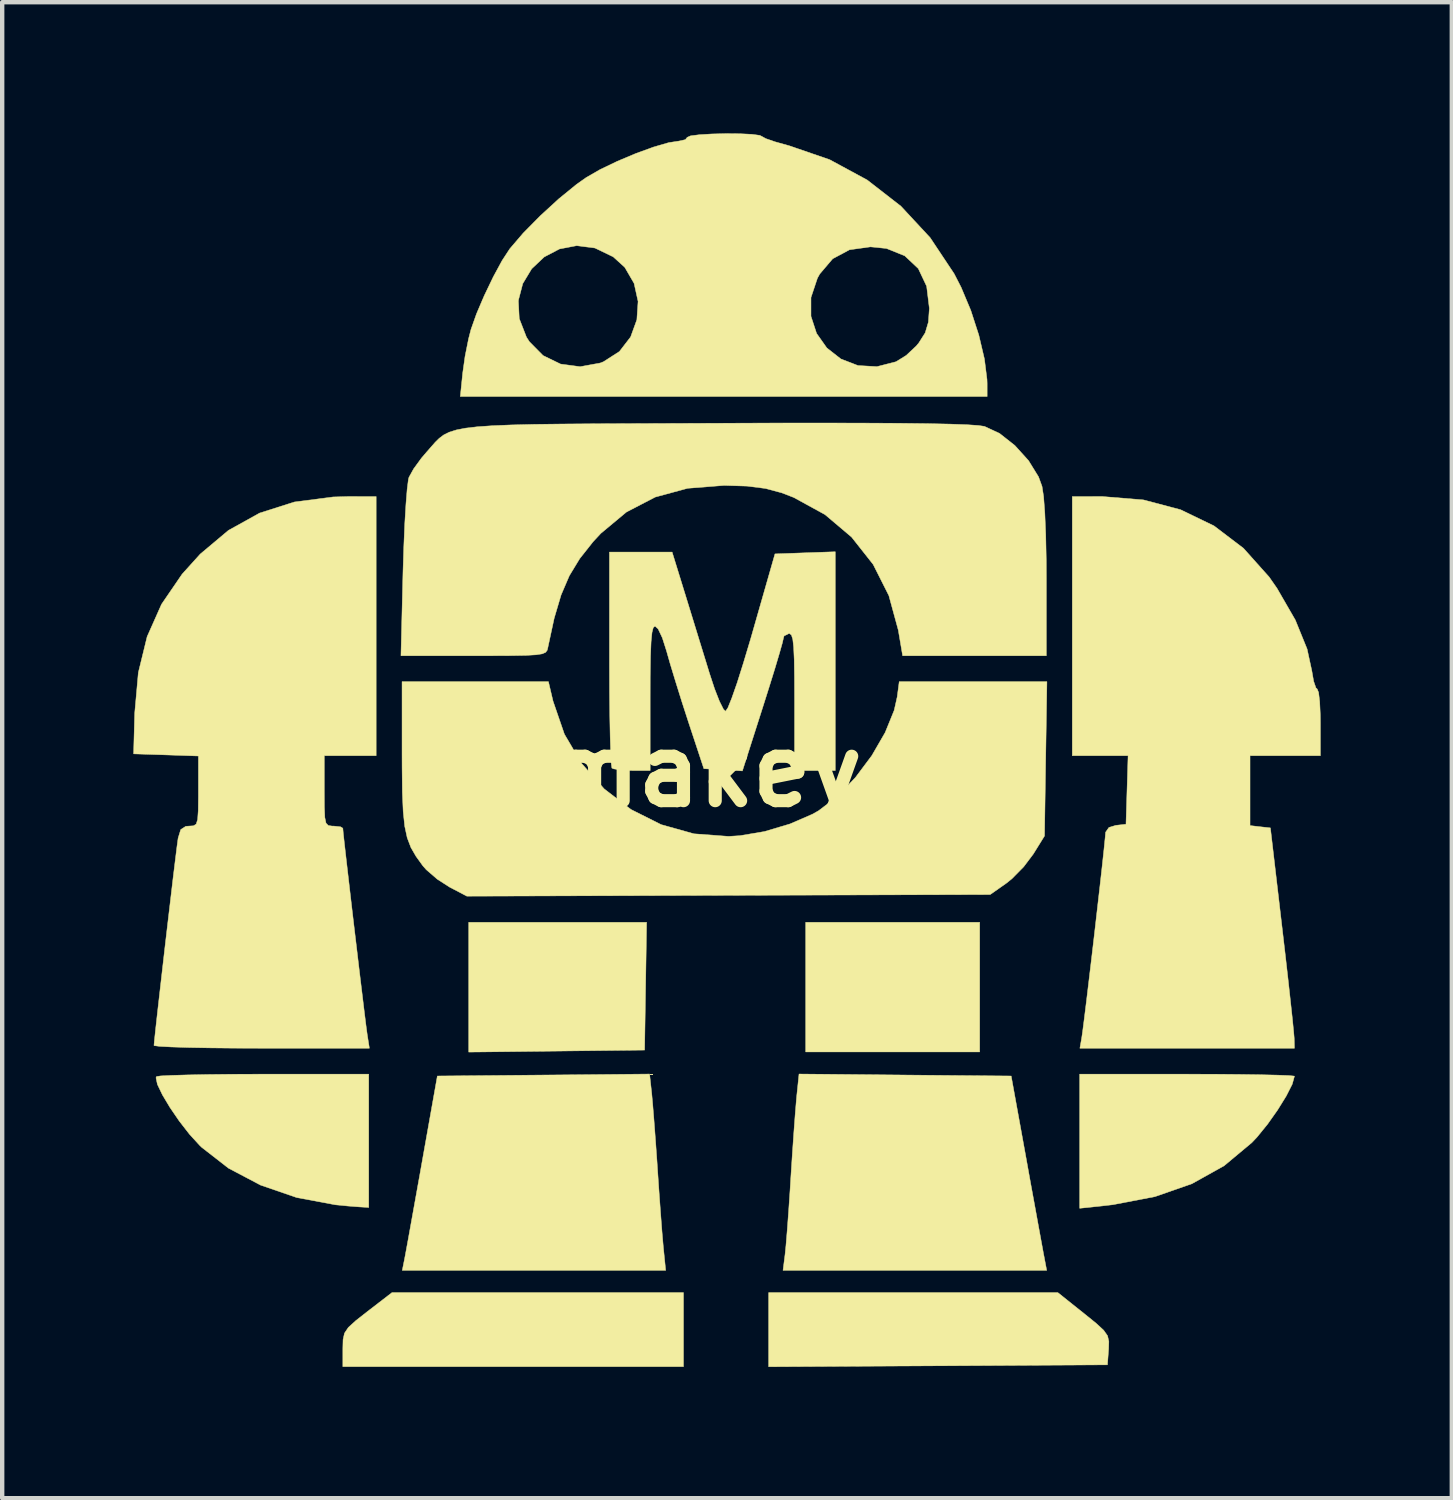
<source format=kicad_pcb>
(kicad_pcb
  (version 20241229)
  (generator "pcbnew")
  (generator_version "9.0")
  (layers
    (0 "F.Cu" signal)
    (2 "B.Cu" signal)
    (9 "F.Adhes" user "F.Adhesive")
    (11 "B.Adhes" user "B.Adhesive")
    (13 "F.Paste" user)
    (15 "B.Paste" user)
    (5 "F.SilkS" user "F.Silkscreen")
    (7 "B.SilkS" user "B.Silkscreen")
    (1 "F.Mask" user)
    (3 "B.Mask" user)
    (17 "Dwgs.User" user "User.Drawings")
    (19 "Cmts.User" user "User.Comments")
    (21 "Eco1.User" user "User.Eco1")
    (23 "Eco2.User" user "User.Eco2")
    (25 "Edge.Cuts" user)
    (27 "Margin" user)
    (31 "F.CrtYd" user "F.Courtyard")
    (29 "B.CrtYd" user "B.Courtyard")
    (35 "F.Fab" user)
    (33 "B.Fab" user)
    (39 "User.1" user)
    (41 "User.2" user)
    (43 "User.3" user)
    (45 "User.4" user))
  (footprint "makey"
    (layer "F.Cu")
    (at 13.086 14.568)
    (property "Reference" "makey" (at 0 0 0) (layer "F.SilkS") (effects (font (size 1.524 1.524) (thickness 0.3))))
    (attr through_hole)
    (fp_poly (pts (xy -1.397 6.392) (xy -5.419 6.438) (xy -5.419 3.471) (xy -1.351 3.471) (xy -1.397 6.392)) (stroke (width 0.01) (type solid)) (fill yes) (layer "F.SilkS"))
    (fp_poly (pts (xy 6.265 6.435) (xy 2.286 6.435) (xy 2.286 3.471) (xy 6.265 3.471) (xy 6.265 6.435)) (stroke (width 0.01) (type solid)) (fill yes) (layer "F.SilkS"))
    (fp_poly (pts (xy -0.508 13.631) (xy -8.297 13.631) (xy -8.297 13.218) (xy -8.292 13.013) (xy -8.259 12.865) (xy -8.171 12.734) (xy -8.001 12.579) (xy -7.736 12.371) (xy -7.174 11.938) (xy -0.508 11.938) (xy -0.508 13.631)) (stroke (width 0.01) (type solid)) (fill yes) (layer "F.SilkS"))
    (fp_poly (pts (xy 8.645 12.411) (xy 8.927 12.639) (xy 9.1 12.799) (xy 9.189 12.926) (xy 9.218 13.056) (xy 9.213 13.226) (xy 9.212 13.236) (xy 9.186 13.589) (xy 1.439 13.633) (xy 1.439 11.938) (xy 8.052 11.938) (xy 8.645 12.411)) (stroke (width 0.01) (type solid)) (fill yes) (layer "F.SilkS"))
    (fp_poly (pts (xy 11.632 6.944) (xy 12.198 6.949) (xy 12.685 6.956) (xy 13.071 6.965) (xy 13.335 6.975) (xy 13.456 6.987) (xy 13.462 6.99) (xy 13.411 7.173) (xy 13.274 7.443) (xy 13.077 7.761) (xy 12.846 8.088) (xy 12.606 8.383) (xy 12.488 8.508) (xy 11.853 9.038) (xy 11.118 9.448) (xy 10.273 9.743) (xy 9.308 9.928) (xy 9.123 9.949) (xy 8.551 10.01) (xy 8.551 6.943) (xy 11.007 6.943) (xy 11.632 6.944)) (stroke (width 0.01) (type solid)) (fill yes) (layer "F.SilkS"))
    (fp_poly (pts (xy -1.234 7.386) (xy -1.212 7.63) (xy -1.182 8) (xy -1.148 8.453) (xy -1.113 8.945) (xy -1.1 9.144) (xy -1.066 9.644) (xy -1.031 10.126) (xy -0.999 10.547) (xy -0.972 10.86) (xy -0.964 10.943) (xy -0.915 11.43) (xy -6.938 11.43) (xy -6.883 11.155) (xy -6.853 10.994) (xy -6.798 10.694) (xy -6.724 10.282) (xy -6.635 9.787) (xy -6.536 9.236) (xy -6.482 8.932) (xy -6.136 6.985) (xy -3.709 6.963) (xy -1.283 6.94) (xy -1.234 7.386)) (stroke (width 0.01) (type solid)) (fill yes) (layer "F.SilkS"))
    (fp_poly (pts (xy 4.559 6.963) (xy 6.985 6.985) (xy 7.331 8.89) (xy 7.433 9.457) (xy 7.53 9.985) (xy 7.614 10.447) (xy 7.681 10.812) (xy 7.725 11.052) (xy 7.737 11.113) (xy 7.797 11.43) (xy 1.768 11.43) (xy 1.814 11.07) (xy 1.835 10.863) (xy 1.863 10.524) (xy 1.895 10.093) (xy 1.928 9.608) (xy 1.946 9.313) (xy 1.979 8.801) (xy 2.013 8.307) (xy 2.045 7.875) (xy 2.072 7.547) (xy 2.083 7.428) (xy 2.134 6.94) (xy 4.559 6.963)) (stroke (width 0.01) (type solid)) (fill yes) (layer "F.SilkS"))
    (fp_poly (pts (xy -7.705 9.991) (xy -7.938 9.977) (xy -8.192 9.957) (xy -8.467 9.93) (xy -9.353 9.764) (xy -10.178 9.48) (xy -10.912 9.093) (xy -11.527 8.614) (xy -11.57 8.572) (xy -11.803 8.317) (xy -12.036 8.017) (xy -12.249 7.706) (xy -12.423 7.415) (xy -12.537 7.177) (xy -12.569 7.025) (xy -12.557 6.997) (xy -12.462 6.983) (xy -12.219 6.971) (xy -11.85 6.96) (xy -11.378 6.951) (xy -10.825 6.945) (xy -10.211 6.943) (xy -10.104 6.943) (xy -7.705 6.943) (xy -7.705 9.991)) (stroke (width 0.01) (type solid)) (fill yes) (layer "F.SilkS"))
    (fp_poly (pts (xy -3.491 -1.587) (xy -3.231 -0.831) (xy -2.834 -0.157) (xy -2.32 0.421) (xy -1.708 0.891) (xy -1.018 1.237) (xy -0.268 1.447) (xy 0.523 1.506) (xy 0.781 1.49) (xy 1.344 1.395) (xy 1.925 1.222) (xy 2.444 0.997) (xy 2.582 0.919) (xy 3.008 0.594) (xy 3.423 0.16) (xy 3.798 -0.341) (xy 4.103 -0.868) (xy 4.31 -1.377) (xy 4.378 -1.68) (xy 4.425 -2.032) (xy 7.802 -2.032) (xy 7.774 -0.268) (xy 7.747 1.496) (xy 7.491 1.909) (xy 7.271 2.201) (xy 7.002 2.474) (xy 6.87 2.58) (xy 6.505 2.836) (xy 0.522 2.854) (xy -5.461 2.873) (xy -5.858 2.665) (xy -6.139 2.484) (xy -6.389 2.268) (xy -6.469 2.177) (xy -6.624 1.962) (xy -6.741 1.759) (xy -6.825 1.538) (xy -6.882 1.273) (xy -6.917 0.936) (xy -6.936 0.497) (xy -6.942 -0.07) (xy -6.943 -0.378) (xy -6.943 -2.032) (xy -3.596 -2.032) (xy -3.491 -1.587)) (stroke (width 0.01) (type solid)) (fill yes) (layer "F.SilkS"))
    (fp_poly (pts (xy 9.081 -6.264) (xy 10.009 -6.188) (xy 10.857 -5.964) (xy 11.621 -5.595) (xy 12.297 -5.081) (xy 12.883 -4.425) (xy 13.064 -4.165) (xy 13.482 -3.441) (xy 13.751 -2.779) (xy 13.859 -2.281) (xy 13.901 -2.041) (xy 13.953 -1.89) (xy 13.982 -1.863) (xy 14.014 -1.784) (xy 14.039 -1.574) (xy 14.053 -1.271) (xy 14.055 -1.101) (xy 14.055 -0.339) (xy 12.446 -0.339) (xy 12.446 1.259) (xy 12.679 1.286) (xy 12.912 1.312) (xy 13.18 3.598) (xy 13.252 4.214) (xy 13.317 4.784) (xy 13.372 5.284) (xy 13.416 5.689) (xy 13.444 5.975) (xy 13.456 6.117) (xy 13.462 6.35) (xy 8.556 6.35) (xy 8.597 6.117) (xy 8.619 5.964) (xy 8.656 5.676) (xy 8.705 5.281) (xy 8.762 4.806) (xy 8.825 4.278) (xy 8.89 3.724) (xy 8.953 3.174) (xy 9.013 2.652) (xy 9.065 2.188) (xy 9.106 1.808) (xy 9.133 1.541) (xy 9.144 1.412) (xy 9.144 1.41) (xy 9.22 1.302) (xy 9.377 1.254) (xy 9.61 1.228) (xy 9.634 0.445) (xy 9.658 -0.339) (xy 8.382 -0.339) (xy 8.382 -6.265) (xy 9.081 -6.264)) (stroke (width 0.01) (type solid)) (fill yes) (layer "F.SilkS"))
    (fp_poly (pts (xy 2.963 0) (xy 2.032 0) (xy 2.032 -1.566) (xy 2.03 -2.126) (xy 2.024 -2.537) (xy 2.011 -2.822) (xy 1.991 -3.001) (xy 1.96 -3.098) (xy 1.918 -3.131) (xy 1.905 -3.133) (xy 1.792 -3.077) (xy 1.778 -3.029) (xy 1.753 -2.918) (xy 1.684 -2.674) (xy 1.58 -2.325) (xy 1.447 -1.897) (xy 1.308 -1.458) (xy 0.839 0.009) (xy 0.398 -0.017) (xy -0.042 -0.042) (xy -0.392 -1.101) (xy -0.541 -1.561) (xy -0.686 -2.025) (xy -0.811 -2.436) (xy -0.895 -2.731) (xy -0.992 -3.035) (xy -1.087 -3.236) (xy -1.159 -3.302) (xy -1.199 -3.268) (xy -1.228 -3.154) (xy -1.249 -2.941) (xy -1.262 -2.611) (xy -1.269 -2.145) (xy -1.27 -1.651) (xy -1.27 0) (xy -1.679 0) (xy -1.93 -0.011) (xy -2.105 -0.038) (xy -2.145 -0.056) (xy -2.159 -0.152) (xy -2.172 -0.396) (xy -2.184 -0.765) (xy -2.193 -1.239) (xy -2.199 -1.794) (xy -2.201 -2.411) (xy -2.201 -2.554) (xy -2.201 -4.995) (xy -0.768 -4.995) (xy -0.474 -4.043) (xy -0.321 -3.546) (xy -0.151 -2.993) (xy 0.01 -2.471) (xy 0.086 -2.223) (xy 0.203 -1.868) (xy 0.314 -1.584) (xy 0.405 -1.403) (xy 0.453 -1.355) (xy 0.507 -1.433) (xy 0.597 -1.657) (xy 0.719 -2.005) (xy 0.863 -2.461) (xy 1.026 -3.004) (xy 1.069 -3.154) (xy 1.584 -4.953) (xy 2.274 -4.978) (xy 2.963 -5.002) (xy 2.963 0)) (stroke (width 0.01) (type solid)) (fill yes) (layer "F.SilkS"))
    (fp_poly (pts (xy -7.535 -0.339) (xy -8.721 -0.339) (xy -8.721 0.466) (xy -8.719 0.838) (xy -8.709 1.073) (xy -8.682 1.202) (xy -8.63 1.257) (xy -8.545 1.27) (xy -8.509 1.27) (xy -8.35 1.287) (xy -8.297 1.32) (xy -8.288 1.424) (xy -8.261 1.67) (xy -8.22 2.03) (xy -8.168 2.478) (xy -8.109 2.987) (xy -8.045 3.53) (xy -7.979 4.081) (xy -7.916 4.612) (xy -7.857 5.098) (xy -7.807 5.51) (xy -7.768 5.823) (xy -7.743 6.009) (xy -7.74 6.032) (xy -7.69 6.35) (xy -10.153 6.35) (xy -10.779 6.348) (xy -11.346 6.342) (xy -11.834 6.333) (xy -12.221 6.321) (xy -12.486 6.307) (xy -12.609 6.291) (xy -12.615 6.287) (xy -12.605 6.172) (xy -12.578 5.917) (xy -12.537 5.547) (xy -12.485 5.091) (xy -12.426 4.575) (xy -12.363 4.026) (xy -12.298 3.472) (xy -12.235 2.939) (xy -12.178 2.455) (xy -12.128 2.047) (xy -12.09 1.741) (xy -12.066 1.565) (xy -12.063 1.545) (xy -12.003 1.35) (xy -11.889 1.276) (xy -11.807 1.27) (xy -11.711 1.264) (xy -11.65 1.225) (xy -11.617 1.12) (xy -11.603 0.919) (xy -11.599 0.589) (xy -11.599 0.469) (xy -11.599 -0.332) (xy -12.34 -0.357) (xy -13.081 -0.381) (xy -13.056 -1.312) (xy -12.973 -2.239) (xy -12.772 -3.061) (xy -12.442 -3.803) (xy -11.972 -4.49) (xy -11.557 -4.95) (xy -10.913 -5.491) (xy -10.2 -5.887) (xy -9.405 -6.14) (xy -8.519 -6.255) (xy -8.191 -6.264) (xy -7.535 -6.265) (xy -7.535 -0.339)) (stroke (width 0.01) (type solid)) (fill yes) (layer "F.SilkS"))
    (fp_poly (pts (xy 3.592 -7.944) (xy 4.401 -7.94) (xy 5.063 -7.932) (xy 5.586 -7.921) (xy 5.975 -7.907) (xy 6.237 -7.889) (xy 6.373 -7.869) (xy 6.718 -7.709) (xy 7.069 -7.432) (xy 7.382 -7.086) (xy 7.61 -6.716) (xy 7.69 -6.498) (xy 7.726 -6.266) (xy 7.754 -5.889) (xy 7.775 -5.393) (xy 7.787 -4.801) (xy 7.789 -4.365) (xy 7.789 -2.625) (xy 4.503 -2.625) (xy 4.404 -3.209) (xy 4.188 -4) (xy 3.828 -4.714) (xy 3.336 -5.337) (xy 2.727 -5.852) (xy 2.014 -6.243) (xy 1.737 -6.35) (xy 1.368 -6.449) (xy 0.947 -6.503) (xy 0.423 -6.519) (xy -0.413 -6.453) (xy -1.154 -6.252) (xy -1.811 -5.911) (xy -2.397 -5.423) (xy -2.576 -5.23) (xy -2.88 -4.846) (xy -3.118 -4.454) (xy -3.307 -4.013) (xy -3.464 -3.484) (xy -3.606 -2.826) (xy -3.608 -2.815) (xy -3.624 -2.75) (xy -3.66 -2.702) (xy -3.738 -2.668) (xy -3.88 -2.646) (xy -4.109 -2.633) (xy -4.448 -2.627) (xy -4.919 -2.625) (xy -5.306 -2.625) (xy -6.968 -2.625) (xy -6.921 -4.551) (xy -6.903 -5.118) (xy -6.881 -5.64) (xy -6.854 -6.089) (xy -6.826 -6.436) (xy -6.798 -6.655) (xy -6.785 -6.705) (xy -6.677 -6.9) (xy -6.499 -7.144) (xy -6.381 -7.282) (xy -6.275 -7.403) (xy -6.183 -7.508) (xy -6.092 -7.597) (xy -5.991 -7.673) (xy -5.865 -7.736) (xy -5.704 -7.787) (xy -5.494 -7.828) (xy -5.223 -7.86) (xy -4.879 -7.884) (xy -4.448 -7.902) (xy -3.919 -7.915) (xy -3.28 -7.923) (xy -2.517 -7.929) (xy -1.618 -7.933) (xy -0.571 -7.937) (xy 0.235 -7.94) (xy 1.515 -7.945) (xy 2.633 -7.946) (xy 3.592 -7.944)) (stroke (width 0.01) (type solid)) (fill yes) (layer "F.SilkS"))
    (fp_poly (pts (xy 0.786 -14.56) (xy 1.057 -14.547) (xy 1.236 -14.523) (xy 1.284 -14.499) (xy 1.374 -14.449) (xy 1.586 -14.376) (xy 1.874 -14.295) (xy 1.905 -14.287) (xy 2.833 -13.968) (xy 3.692 -13.503) (xy 4.463 -12.904) (xy 5.131 -12.185) (xy 5.68 -11.36) (xy 5.84 -11.049) (xy 6.062 -10.52) (xy 6.245 -9.955) (xy 6.373 -9.411) (xy 6.432 -8.942) (xy 6.435 -8.852) (xy 6.435 -8.551) (xy -5.611 -8.551) (xy -5.556 -9.09) (xy -5.502 -9.473) (xy -5.422 -9.872) (xy -5.367 -10.085) (xy -5.241 -10.442) (xy -5.111 -10.747) (xy -4.284 -10.747) (xy -4.263 -10.333) (xy -4.099 -9.911) (xy -4.033 -9.807) (xy -3.719 -9.489) (xy -3.319 -9.294) (xy -2.87 -9.234) (xy -2.411 -9.318) (xy -2.337 -9.347) (xy -1.973 -9.581) (xy -1.717 -9.913) (xy -1.574 -10.307) (xy -1.546 -10.727) (xy -1.566 -10.815) (xy 2.407 -10.815) (xy 2.407 -10.387) (xy 2.535 -9.995) (xy 2.77 -9.662) (xy 3.092 -9.41) (xy 3.481 -9.26) (xy 3.915 -9.235) (xy 4.352 -9.347) (xy 4.584 -9.491) (xy 4.814 -9.707) (xy 4.871 -9.775) (xy 5.019 -10.008) (xy 5.092 -10.252) (xy 5.114 -10.567) (xy 5.052 -11.073) (xy 4.861 -11.477) (xy 4.551 -11.769) (xy 4.133 -11.937) (xy 3.768 -11.974) (xy 3.287 -11.907) (xy 2.903 -11.701) (xy 2.608 -11.354) (xy 2.555 -11.259) (xy 2.407 -10.815) (xy -1.566 -10.815) (xy -1.637 -11.138) (xy -1.85 -11.505) (xy -2.114 -11.745) (xy -2.533 -11.947) (xy -2.949 -12.001) (xy -3.342 -11.926) (xy -3.692 -11.743) (xy -3.979 -11.472) (xy -4.183 -11.133) (xy -4.284 -10.747) (xy -5.111 -10.747) (xy -5.062 -10.861) (xy -4.858 -11.286) (xy -4.655 -11.661) (xy -4.479 -11.93) (xy -4.173 -12.288) (xy -3.782 -12.684) (xy -3.359 -13.072) (xy -2.954 -13.402) (xy -2.735 -13.557) (xy -2.414 -13.742) (xy -2.02 -13.931) (xy -1.597 -14.109) (xy -1.19 -14.257) (xy -0.845 -14.357) (xy -0.614 -14.392) (xy -0.465 -14.425) (xy -0.423 -14.478) (xy -0.346 -14.512) (xy -0.143 -14.538) (xy 0.142 -14.555) (xy 0.466 -14.563) (xy 0.786 -14.56)) (stroke (width 0.01) (type solid)) (fill yes) (layer "F.SilkS")))
  (gr_rect
    (start -3 -3)
    (end 30.146 31.206)
    (stroke (width 0.1) (type default))
    (fill no)
    (layer "Edge.Cuts")))
</source>
